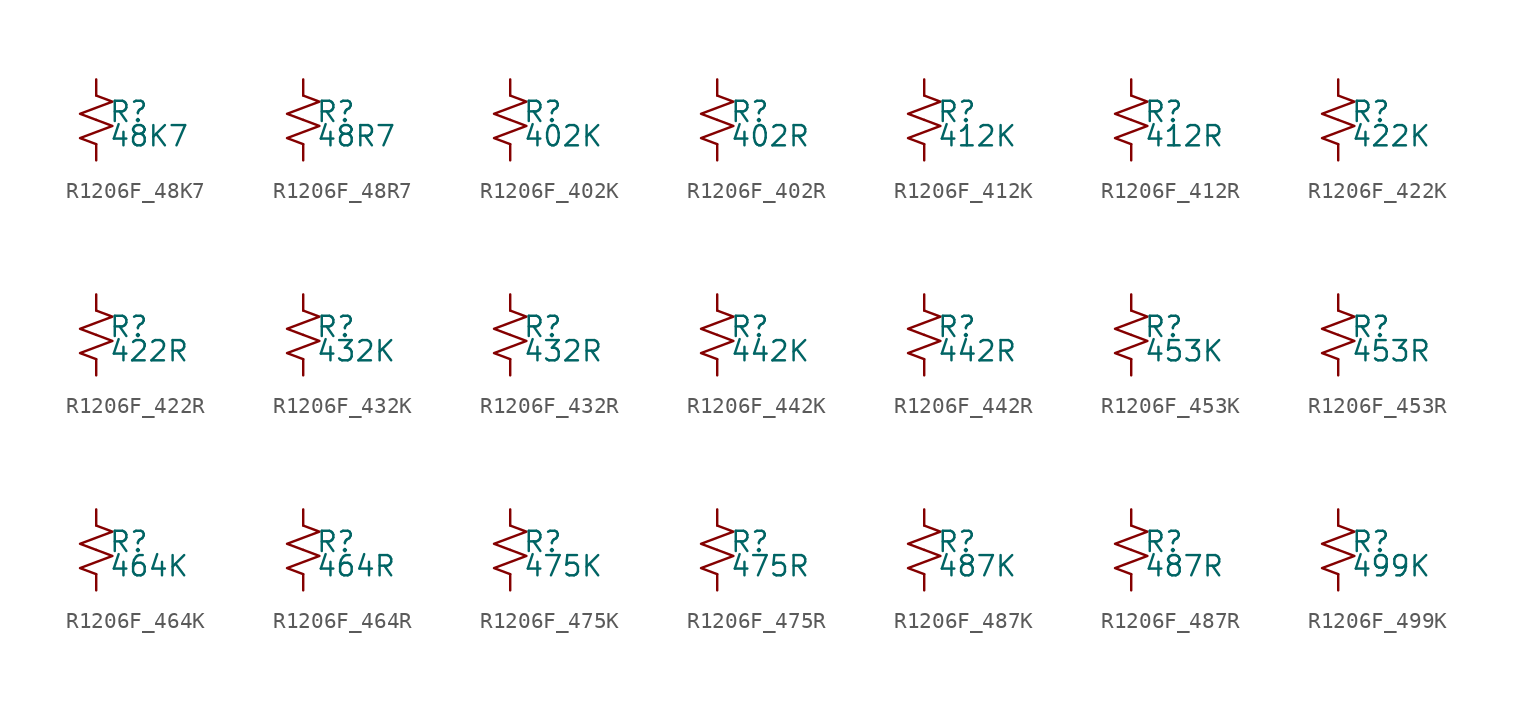
<source format=kicad_sym>
(kicad_symbol_lib
  (version 20220914)
  (generator kicad_symbol_editor)
  (symbol "R1206F_48K7"
    (pin_numbers hide)
    (pin_names
      (offset 0.254) hide)
    (property "Reference" "R"
      (at 0.762 0.508 0)
      (effects (font (size 1.27 1.27)) (justify left)))
    (property "Value" "48K7"
      (at 0.762 -1.016 0)
      (effects (font (size 1.27 1.27)) (justify left)))
    (symbol "R1206F_48K7_1_1"
      (polyline (pts (xy 0 0) (xy 1.016 -0.381) (xy 0 -0.762) (xy -1.016 -1.143) (xy 0 -1.524)) (stroke (width 0) (type default)) (fill (type none)))
      (polyline (pts (xy 0 1.524) (xy 1.016 1.143) (xy 0 0.762) (xy -1.016 0.381) (xy 0 0)) (stroke (width 0) (type default)) (fill (type none)))
      (pin passive line (at 0 2.54 270) (length 1.016) (name "~" (effects (font (size 1.27 1.27)))) (number "1" (effects (font (size 1.27 1.27)))))
      (pin passive line (at 0 -2.54 90) (length 1.016) (name "~" (effects (font (size 1.27 1.27)))) (number "2" (effects (font (size 1.27 1.27)))))))
  (symbol "R1206F_48R7"
    (pin_numbers hide)
    (pin_names
      (offset 0.254) hide)
    (property "Reference" "R"
      (at 0.762 0.508 0)
      (effects (font (size 1.27 1.27)) (justify left)))
    (property "Value" "48R7"
      (at 0.762 -1.016 0)
      (effects (font (size 1.27 1.27)) (justify left)))
    (symbol "R1206F_48R7_1_1"
      (polyline (pts (xy 0 0) (xy 1.016 -0.381) (xy 0 -0.762) (xy -1.016 -1.143) (xy 0 -1.524)) (stroke (width 0) (type default)) (fill (type none)))
      (polyline (pts (xy 0 1.524) (xy 1.016 1.143) (xy 0 0.762) (xy -1.016 0.381) (xy 0 0)) (stroke (width 0) (type default)) (fill (type none)))
      (pin passive line (at 0 2.54 270) (length 1.016) (name "~" (effects (font (size 1.27 1.27)))) (number "1" (effects (font (size 1.27 1.27)))))
      (pin passive line (at 0 -2.54 90) (length 1.016) (name "~" (effects (font (size 1.27 1.27)))) (number "2" (effects (font (size 1.27 1.27)))))))
  (symbol "R1206F_402K"
    (pin_numbers hide)
    (pin_names
      (offset 0.254) hide)
    (property "Reference" "R"
      (at 0.762 0.508 0)
      (effects (font (size 1.27 1.27)) (justify left)))
    (property "Value" "402K"
      (at 0.762 -1.016 0)
      (effects (font (size 1.27 1.27)) (justify left)))
    (symbol "R1206F_402K_1_1"
      (polyline (pts (xy 0 0) (xy 1.016 -0.381) (xy 0 -0.762) (xy -1.016 -1.143) (xy 0 -1.524)) (stroke (width 0) (type default)) (fill (type none)))
      (polyline (pts (xy 0 1.524) (xy 1.016 1.143) (xy 0 0.762) (xy -1.016 0.381) (xy 0 0)) (stroke (width 0) (type default)) (fill (type none)))
      (pin passive line (at 0 2.54 270) (length 1.016) (name "~" (effects (font (size 1.27 1.27)))) (number "1" (effects (font (size 1.27 1.27)))))
      (pin passive line (at 0 -2.54 90) (length 1.016) (name "~" (effects (font (size 1.27 1.27)))) (number "2" (effects (font (size 1.27 1.27)))))))
  (symbol "R1206F_402R"
    (pin_numbers hide)
    (pin_names
      (offset 0.254) hide)
    (property "Reference" "R"
      (at 0.762 0.508 0)
      (effects (font (size 1.27 1.27)) (justify left)))
    (property "Value" "402R"
      (at 0.762 -1.016 0)
      (effects (font (size 1.27 1.27)) (justify left)))
    (symbol "R1206F_402R_1_1"
      (polyline (pts (xy 0 0) (xy 1.016 -0.381) (xy 0 -0.762) (xy -1.016 -1.143) (xy 0 -1.524)) (stroke (width 0) (type default)) (fill (type none)))
      (polyline (pts (xy 0 1.524) (xy 1.016 1.143) (xy 0 0.762) (xy -1.016 0.381) (xy 0 0)) (stroke (width 0) (type default)) (fill (type none)))
      (pin passive line (at 0 2.54 270) (length 1.016) (name "~" (effects (font (size 1.27 1.27)))) (number "1" (effects (font (size 1.27 1.27)))))
      (pin passive line (at 0 -2.54 90) (length 1.016) (name "~" (effects (font (size 1.27 1.27)))) (number "2" (effects (font (size 1.27 1.27)))))))
  (symbol "R1206F_412K"
    (pin_numbers hide)
    (pin_names
      (offset 0.254) hide)
    (property "Reference" "R"
      (at 0.762 0.508 0)
      (effects (font (size 1.27 1.27)) (justify left)))
    (property "Value" "412K"
      (at 0.762 -1.016 0)
      (effects (font (size 1.27 1.27)) (justify left)))
    (symbol "R1206F_412K_1_1"
      (polyline (pts (xy 0 0) (xy 1.016 -0.381) (xy 0 -0.762) (xy -1.016 -1.143) (xy 0 -1.524)) (stroke (width 0) (type default)) (fill (type none)))
      (polyline (pts (xy 0 1.524) (xy 1.016 1.143) (xy 0 0.762) (xy -1.016 0.381) (xy 0 0)) (stroke (width 0) (type default)) (fill (type none)))
      (pin passive line (at 0 2.54 270) (length 1.016) (name "~" (effects (font (size 1.27 1.27)))) (number "1" (effects (font (size 1.27 1.27)))))
      (pin passive line (at 0 -2.54 90) (length 1.016) (name "~" (effects (font (size 1.27 1.27)))) (number "2" (effects (font (size 1.27 1.27)))))))
  (symbol "R1206F_412R"
    (pin_numbers hide)
    (pin_names
      (offset 0.254) hide)
    (property "Reference" "R"
      (at 0.762 0.508 0)
      (effects (font (size 1.27 1.27)) (justify left)))
    (property "Value" "412R"
      (at 0.762 -1.016 0)
      (effects (font (size 1.27 1.27)) (justify left)))
    (symbol "R1206F_412R_1_1"
      (polyline (pts (xy 0 0) (xy 1.016 -0.381) (xy 0 -0.762) (xy -1.016 -1.143) (xy 0 -1.524)) (stroke (width 0) (type default)) (fill (type none)))
      (polyline (pts (xy 0 1.524) (xy 1.016 1.143) (xy 0 0.762) (xy -1.016 0.381) (xy 0 0)) (stroke (width 0) (type default)) (fill (type none)))
      (pin passive line (at 0 2.54 270) (length 1.016) (name "~" (effects (font (size 1.27 1.27)))) (number "1" (effects (font (size 1.27 1.27)))))
      (pin passive line (at 0 -2.54 90) (length 1.016) (name "~" (effects (font (size 1.27 1.27)))) (number "2" (effects (font (size 1.27 1.27)))))))
  (symbol "R1206F_422K"
    (pin_numbers hide)
    (pin_names
      (offset 0.254) hide)
    (property "Reference" "R"
      (at 0.762 0.508 0)
      (effects (font (size 1.27 1.27)) (justify left)))
    (property "Value" "422K"
      (at 0.762 -1.016 0)
      (effects (font (size 1.27 1.27)) (justify left)))
    (symbol "R1206F_422K_1_1"
      (polyline (pts (xy 0 0) (xy 1.016 -0.381) (xy 0 -0.762) (xy -1.016 -1.143) (xy 0 -1.524)) (stroke (width 0) (type default)) (fill (type none)))
      (polyline (pts (xy 0 1.524) (xy 1.016 1.143) (xy 0 0.762) (xy -1.016 0.381) (xy 0 0)) (stroke (width 0) (type default)) (fill (type none)))
      (pin passive line (at 0 2.54 270) (length 1.016) (name "~" (effects (font (size 1.27 1.27)))) (number "1" (effects (font (size 1.27 1.27)))))
      (pin passive line (at 0 -2.54 90) (length 1.016) (name "~" (effects (font (size 1.27 1.27)))) (number "2" (effects (font (size 1.27 1.27)))))))
  (symbol "R1206F_422R"
    (pin_numbers hide)
    (pin_names
      (offset 0.254) hide)
    (property "Reference" "R"
      (at 0.762 0.508 0)
      (effects (font (size 1.27 1.27)) (justify left)))
    (property "Value" "422R"
      (at 0.762 -1.016 0)
      (effects (font (size 1.27 1.27)) (justify left)))
    (symbol "R1206F_422R_1_1"
      (polyline (pts (xy 0 0) (xy 1.016 -0.381) (xy 0 -0.762) (xy -1.016 -1.143) (xy 0 -1.524)) (stroke (width 0) (type default)) (fill (type none)))
      (polyline (pts (xy 0 1.524) (xy 1.016 1.143) (xy 0 0.762) (xy -1.016 0.381) (xy 0 0)) (stroke (width 0) (type default)) (fill (type none)))
      (pin passive line (at 0 2.54 270) (length 1.016) (name "~" (effects (font (size 1.27 1.27)))) (number "1" (effects (font (size 1.27 1.27)))))
      (pin passive line (at 0 -2.54 90) (length 1.016) (name "~" (effects (font (size 1.27 1.27)))) (number "2" (effects (font (size 1.27 1.27)))))))
  (symbol "R1206F_432K"
    (pin_numbers hide)
    (pin_names
      (offset 0.254) hide)
    (property "Reference" "R"
      (at 0.762 0.508 0)
      (effects (font (size 1.27 1.27)) (justify left)))
    (property "Value" "432K"
      (at 0.762 -1.016 0)
      (effects (font (size 1.27 1.27)) (justify left)))
    (symbol "R1206F_432K_1_1"
      (polyline (pts (xy 0 0) (xy 1.016 -0.381) (xy 0 -0.762) (xy -1.016 -1.143) (xy 0 -1.524)) (stroke (width 0) (type default)) (fill (type none)))
      (polyline (pts (xy 0 1.524) (xy 1.016 1.143) (xy 0 0.762) (xy -1.016 0.381) (xy 0 0)) (stroke (width 0) (type default)) (fill (type none)))
      (pin passive line (at 0 2.54 270) (length 1.016) (name "~" (effects (font (size 1.27 1.27)))) (number "1" (effects (font (size 1.27 1.27)))))
      (pin passive line (at 0 -2.54 90) (length 1.016) (name "~" (effects (font (size 1.27 1.27)))) (number "2" (effects (font (size 1.27 1.27)))))))
  (symbol "R1206F_432R"
    (pin_numbers hide)
    (pin_names
      (offset 0.254) hide)
    (property "Reference" "R"
      (at 0.762 0.508 0)
      (effects (font (size 1.27 1.27)) (justify left)))
    (property "Value" "432R"
      (at 0.762 -1.016 0)
      (effects (font (size 1.27 1.27)) (justify left)))
    (symbol "R1206F_432R_1_1"
      (polyline (pts (xy 0 0) (xy 1.016 -0.381) (xy 0 -0.762) (xy -1.016 -1.143) (xy 0 -1.524)) (stroke (width 0) (type default)) (fill (type none)))
      (polyline (pts (xy 0 1.524) (xy 1.016 1.143) (xy 0 0.762) (xy -1.016 0.381) (xy 0 0)) (stroke (width 0) (type default)) (fill (type none)))
      (pin passive line (at 0 2.54 270) (length 1.016) (name "~" (effects (font (size 1.27 1.27)))) (number "1" (effects (font (size 1.27 1.27)))))
      (pin passive line (at 0 -2.54 90) (length 1.016) (name "~" (effects (font (size 1.27 1.27)))) (number "2" (effects (font (size 1.27 1.27)))))))
  (symbol "R1206F_442K"
    (pin_numbers hide)
    (pin_names
      (offset 0.254) hide)
    (property "Reference" "R"
      (at 0.762 0.508 0)
      (effects (font (size 1.27 1.27)) (justify left)))
    (property "Value" "442K"
      (at 0.762 -1.016 0)
      (effects (font (size 1.27 1.27)) (justify left)))
    (symbol "R1206F_442K_1_1"
      (polyline (pts (xy 0 0) (xy 1.016 -0.381) (xy 0 -0.762) (xy -1.016 -1.143) (xy 0 -1.524)) (stroke (width 0) (type default)) (fill (type none)))
      (polyline (pts (xy 0 1.524) (xy 1.016 1.143) (xy 0 0.762) (xy -1.016 0.381) (xy 0 0)) (stroke (width 0) (type default)) (fill (type none)))
      (pin passive line (at 0 2.54 270) (length 1.016) (name "~" (effects (font (size 1.27 1.27)))) (number "1" (effects (font (size 1.27 1.27)))))
      (pin passive line (at 0 -2.54 90) (length 1.016) (name "~" (effects (font (size 1.27 1.27)))) (number "2" (effects (font (size 1.27 1.27)))))))
  (symbol "R1206F_442R"
    (pin_numbers hide)
    (pin_names
      (offset 0.254) hide)
    (property "Reference" "R"
      (at 0.762 0.508 0)
      (effects (font (size 1.27 1.27)) (justify left)))
    (property "Value" "442R"
      (at 0.762 -1.016 0)
      (effects (font (size 1.27 1.27)) (justify left)))
    (symbol "R1206F_442R_1_1"
      (polyline (pts (xy 0 0) (xy 1.016 -0.381) (xy 0 -0.762) (xy -1.016 -1.143) (xy 0 -1.524)) (stroke (width 0) (type default)) (fill (type none)))
      (polyline (pts (xy 0 1.524) (xy 1.016 1.143) (xy 0 0.762) (xy -1.016 0.381) (xy 0 0)) (stroke (width 0) (type default)) (fill (type none)))
      (pin passive line (at 0 2.54 270) (length 1.016) (name "~" (effects (font (size 1.27 1.27)))) (number "1" (effects (font (size 1.27 1.27)))))
      (pin passive line (at 0 -2.54 90) (length 1.016) (name "~" (effects (font (size 1.27 1.27)))) (number "2" (effects (font (size 1.27 1.27)))))))
  (symbol "R1206F_453K"
    (pin_numbers hide)
    (pin_names
      (offset 0.254) hide)
    (property "Reference" "R"
      (at 0.762 0.508 0)
      (effects (font (size 1.27 1.27)) (justify left)))
    (property "Value" "453K"
      (at 0.762 -1.016 0)
      (effects (font (size 1.27 1.27)) (justify left)))
    (symbol "R1206F_453K_1_1"
      (polyline (pts (xy 0 0) (xy 1.016 -0.381) (xy 0 -0.762) (xy -1.016 -1.143) (xy 0 -1.524)) (stroke (width 0) (type default)) (fill (type none)))
      (polyline (pts (xy 0 1.524) (xy 1.016 1.143) (xy 0 0.762) (xy -1.016 0.381) (xy 0 0)) (stroke (width 0) (type default)) (fill (type none)))
      (pin passive line (at 0 2.54 270) (length 1.016) (name "~" (effects (font (size 1.27 1.27)))) (number "1" (effects (font (size 1.27 1.27)))))
      (pin passive line (at 0 -2.54 90) (length 1.016) (name "~" (effects (font (size 1.27 1.27)))) (number "2" (effects (font (size 1.27 1.27)))))))
  (symbol "R1206F_453R"
    (pin_numbers hide)
    (pin_names
      (offset 0.254) hide)
    (property "Reference" "R"
      (at 0.762 0.508 0)
      (effects (font (size 1.27 1.27)) (justify left)))
    (property "Value" "453R"
      (at 0.762 -1.016 0)
      (effects (font (size 1.27 1.27)) (justify left)))
    (symbol "R1206F_453R_1_1"
      (polyline (pts (xy 0 0) (xy 1.016 -0.381) (xy 0 -0.762) (xy -1.016 -1.143) (xy 0 -1.524)) (stroke (width 0) (type default)) (fill (type none)))
      (polyline (pts (xy 0 1.524) (xy 1.016 1.143) (xy 0 0.762) (xy -1.016 0.381) (xy 0 0)) (stroke (width 0) (type default)) (fill (type none)))
      (pin passive line (at 0 2.54 270) (length 1.016) (name "~" (effects (font (size 1.27 1.27)))) (number "1" (effects (font (size 1.27 1.27)))))
      (pin passive line (at 0 -2.54 90) (length 1.016) (name "~" (effects (font (size 1.27 1.27)))) (number "2" (effects (font (size 1.27 1.27)))))))
  (symbol "R1206F_464K"
    (pin_numbers hide)
    (pin_names
      (offset 0.254) hide)
    (property "Reference" "R"
      (at 0.762 0.508 0)
      (effects (font (size 1.27 1.27)) (justify left)))
    (property "Value" "464K"
      (at 0.762 -1.016 0)
      (effects (font (size 1.27 1.27)) (justify left)))
    (symbol "R1206F_464K_1_1"
      (polyline (pts (xy 0 0) (xy 1.016 -0.381) (xy 0 -0.762) (xy -1.016 -1.143) (xy 0 -1.524)) (stroke (width 0) (type default)) (fill (type none)))
      (polyline (pts (xy 0 1.524) (xy 1.016 1.143) (xy 0 0.762) (xy -1.016 0.381) (xy 0 0)) (stroke (width 0) (type default)) (fill (type none)))
      (pin passive line (at 0 2.54 270) (length 1.016) (name "~" (effects (font (size 1.27 1.27)))) (number "1" (effects (font (size 1.27 1.27)))))
      (pin passive line (at 0 -2.54 90) (length 1.016) (name "~" (effects (font (size 1.27 1.27)))) (number "2" (effects (font (size 1.27 1.27)))))))
  (symbol "R1206F_464R"
    (pin_numbers hide)
    (pin_names
      (offset 0.254) hide)
    (property "Reference" "R"
      (at 0.762 0.508 0)
      (effects (font (size 1.27 1.27)) (justify left)))
    (property "Value" "464R"
      (at 0.762 -1.016 0)
      (effects (font (size 1.27 1.27)) (justify left)))
    (symbol "R1206F_464R_1_1"
      (polyline (pts (xy 0 0) (xy 1.016 -0.381) (xy 0 -0.762) (xy -1.016 -1.143) (xy 0 -1.524)) (stroke (width 0) (type default)) (fill (type none)))
      (polyline (pts (xy 0 1.524) (xy 1.016 1.143) (xy 0 0.762) (xy -1.016 0.381) (xy 0 0)) (stroke (width 0) (type default)) (fill (type none)))
      (pin passive line (at 0 2.54 270) (length 1.016) (name "~" (effects (font (size 1.27 1.27)))) (number "1" (effects (font (size 1.27 1.27)))))
      (pin passive line (at 0 -2.54 90) (length 1.016) (name "~" (effects (font (size 1.27 1.27)))) (number "2" (effects (font (size 1.27 1.27)))))))
  (symbol "R1206F_475K"
    (pin_numbers hide)
    (pin_names
      (offset 0.254) hide)
    (property "Reference" "R"
      (at 0.762 0.508 0)
      (effects (font (size 1.27 1.27)) (justify left)))
    (property "Value" "475K"
      (at 0.762 -1.016 0)
      (effects (font (size 1.27 1.27)) (justify left)))
    (symbol "R1206F_475K_1_1"
      (polyline (pts (xy 0 0) (xy 1.016 -0.381) (xy 0 -0.762) (xy -1.016 -1.143) (xy 0 -1.524)) (stroke (width 0) (type default)) (fill (type none)))
      (polyline (pts (xy 0 1.524) (xy 1.016 1.143) (xy 0 0.762) (xy -1.016 0.381) (xy 0 0)) (stroke (width 0) (type default)) (fill (type none)))
      (pin passive line (at 0 2.54 270) (length 1.016) (name "~" (effects (font (size 1.27 1.27)))) (number "1" (effects (font (size 1.27 1.27)))))
      (pin passive line (at 0 -2.54 90) (length 1.016) (name "~" (effects (font (size 1.27 1.27)))) (number "2" (effects (font (size 1.27 1.27)))))))
  (symbol "R1206F_475R"
    (pin_numbers hide)
    (pin_names
      (offset 0.254) hide)
    (property "Reference" "R"
      (at 0.762 0.508 0)
      (effects (font (size 1.27 1.27)) (justify left)))
    (property "Value" "475R"
      (at 0.762 -1.016 0)
      (effects (font (size 1.27 1.27)) (justify left)))
    (symbol "R1206F_475R_1_1"
      (polyline (pts (xy 0 0) (xy 1.016 -0.381) (xy 0 -0.762) (xy -1.016 -1.143) (xy 0 -1.524)) (stroke (width 0) (type default)) (fill (type none)))
      (polyline (pts (xy 0 1.524) (xy 1.016 1.143) (xy 0 0.762) (xy -1.016 0.381) (xy 0 0)) (stroke (width 0) (type default)) (fill (type none)))
      (pin passive line (at 0 2.54 270) (length 1.016) (name "~" (effects (font (size 1.27 1.27)))) (number "1" (effects (font (size 1.27 1.27)))))
      (pin passive line (at 0 -2.54 90) (length 1.016) (name "~" (effects (font (size 1.27 1.27)))) (number "2" (effects (font (size 1.27 1.27)))))))
  (symbol "R1206F_487K"
    (pin_numbers hide)
    (pin_names
      (offset 0.254) hide)
    (property "Reference" "R"
      (at 0.762 0.508 0)
      (effects (font (size 1.27 1.27)) (justify left)))
    (property "Value" "487K"
      (at 0.762 -1.016 0)
      (effects (font (size 1.27 1.27)) (justify left)))
    (symbol "R1206F_487K_1_1"
      (polyline (pts (xy 0 0) (xy 1.016 -0.381) (xy 0 -0.762) (xy -1.016 -1.143) (xy 0 -1.524)) (stroke (width 0) (type default)) (fill (type none)))
      (polyline (pts (xy 0 1.524) (xy 1.016 1.143) (xy 0 0.762) (xy -1.016 0.381) (xy 0 0)) (stroke (width 0) (type default)) (fill (type none)))
      (pin passive line (at 0 2.54 270) (length 1.016) (name "~" (effects (font (size 1.27 1.27)))) (number "1" (effects (font (size 1.27 1.27)))))
      (pin passive line (at 0 -2.54 90) (length 1.016) (name "~" (effects (font (size 1.27 1.27)))) (number "2" (effects (font (size 1.27 1.27)))))))
  (symbol "R1206F_487R"
    (pin_numbers hide)
    (pin_names
      (offset 0.254) hide)
    (property "Reference" "R"
      (at 0.762 0.508 0)
      (effects (font (size 1.27 1.27)) (justify left)))
    (property "Value" "487R"
      (at 0.762 -1.016 0)
      (effects (font (size 1.27 1.27)) (justify left)))
    (symbol "R1206F_487R_1_1"
      (polyline (pts (xy 0 0) (xy 1.016 -0.381) (xy 0 -0.762) (xy -1.016 -1.143) (xy 0 -1.524)) (stroke (width 0) (type default)) (fill (type none)))
      (polyline (pts (xy 0 1.524) (xy 1.016 1.143) (xy 0 0.762) (xy -1.016 0.381) (xy 0 0)) (stroke (width 0) (type default)) (fill (type none)))
      (pin passive line (at 0 2.54 270) (length 1.016) (name "~" (effects (font (size 1.27 1.27)))) (number "1" (effects (font (size 1.27 1.27)))))
      (pin passive line (at 0 -2.54 90) (length 1.016) (name "~" (effects (font (size 1.27 1.27)))) (number "2" (effects (font (size 1.27 1.27)))))))
  (symbol "R1206F_499K"
    (pin_numbers hide)
    (pin_names
      (offset 0.254) hide)
    (property "Reference" "R"
      (at 0.762 0.508 0)
      (effects (font (size 1.27 1.27)) (justify left)))
    (property "Value" "499K"
      (at 0.762 -1.016 0)
      (effects (font (size 1.27 1.27)) (justify left)))
    (symbol "R1206F_499K_1_1"
      (polyline (pts (xy 0 0) (xy 1.016 -0.381) (xy 0 -0.762) (xy -1.016 -1.143) (xy 0 -1.524)) (stroke (width 0) (type default)) (fill (type none)))
      (polyline (pts (xy 0 1.524) (xy 1.016 1.143) (xy 0 0.762) (xy -1.016 0.381) (xy 0 0)) (stroke (width 0) (type default)) (fill (type none)))
      (pin passive line (at 0 2.54 270) (length 1.016) (name "~" (effects (font (size 1.27 1.27)))) (number "1" (effects (font (size 1.27 1.27)))))
      (pin passive line (at 0 -2.54 90) (length 1.016) (name "~" (effects (font (size 1.27 1.27)))) (number "2" (effects (font (size 1.27 1.27))))))))
</source>
